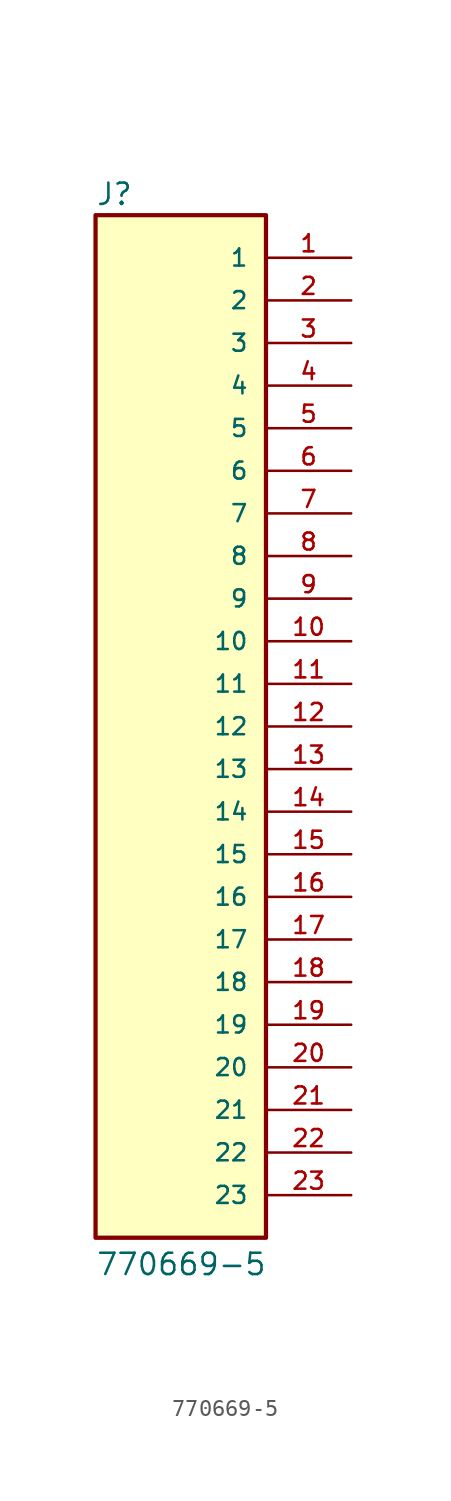
<source format=kicad_sym>
(kicad_symbol_lib
  (version 20211014)
  (generator kicad_symbol_editor)
  (symbol "770669-5"
    (pin_names
      (offset 1.016))
    (property "Reference" "J"
      (at -5.08 30.988 0)
      (effects (font (size 1.27 1.27)) (justify bottom left)))
    (property "Value" "770669-5"
      (at -5.086 -32.806 0)
      (effects (font (size 1.27 1.27)) (justify bottom left)))
    (symbol "770669-5_0_0"
      (rectangle (start -5.08 -30.48) (end 5.08 30.48) (stroke (width 0.254)) (fill (type background)))
      (pin passive line (at 10.16 27.94 180.0) (length 5.08) (name "1" (effects (font (size 1.016 1.016)))) (number "1" (effects (font (size 1.016 1.016)))))
      (pin passive line (at 10.16 25.4 180.0) (length 5.08) (name "2" (effects (font (size 1.016 1.016)))) (number "2" (effects (font (size 1.016 1.016)))))
      (pin passive line (at 10.16 22.86 180.0) (length 5.08) (name "3" (effects (font (size 1.016 1.016)))) (number "3" (effects (font (size 1.016 1.016)))))
      (pin passive line (at 10.16 20.32 180.0) (length 5.08) (name "4" (effects (font (size 1.016 1.016)))) (number "4" (effects (font (size 1.016 1.016)))))
      (pin passive line (at 10.16 17.78 180.0) (length 5.08) (name "5" (effects (font (size 1.016 1.016)))) (number "5" (effects (font (size 1.016 1.016)))))
      (pin passive line (at 10.16 15.24 180.0) (length 5.08) (name "6" (effects (font (size 1.016 1.016)))) (number "6" (effects (font (size 1.016 1.016)))))
      (pin passive line (at 10.16 12.7 180.0) (length 5.08) (name "7" (effects (font (size 1.016 1.016)))) (number "7" (effects (font (size 1.016 1.016)))))
      (pin passive line (at 10.16 10.16 180.0) (length 5.08) (name "8" (effects (font (size 1.016 1.016)))) (number "8" (effects (font (size 1.016 1.016)))))
      (pin passive line (at 10.16 7.62 180.0) (length 5.08) (name "9" (effects (font (size 1.016 1.016)))) (number "9" (effects (font (size 1.016 1.016)))))
      (pin passive line (at 10.16 5.08 180.0) (length 5.08) (name "10" (effects (font (size 1.016 1.016)))) (number "10" (effects (font (size 1.016 1.016)))))
      (pin passive line (at 10.16 2.54 180.0) (length 5.08) (name "11" (effects (font (size 1.016 1.016)))) (number "11" (effects (font (size 1.016 1.016)))))
      (pin passive line (at 10.16 0.0 180.0) (length 5.08) (name "12" (effects (font (size 1.016 1.016)))) (number "12" (effects (font (size 1.016 1.016)))))
      (pin passive line (at 10.16 -2.54 180.0) (length 5.08) (name "13" (effects (font (size 1.016 1.016)))) (number "13" (effects (font (size 1.016 1.016)))))
      (pin passive line (at 10.16 -5.08 180.0) (length 5.08) (name "14" (effects (font (size 1.016 1.016)))) (number "14" (effects (font (size 1.016 1.016)))))
      (pin passive line (at 10.16 -7.62 180.0) (length 5.08) (name "15" (effects (font (size 1.016 1.016)))) (number "15" (effects (font (size 1.016 1.016)))))
      (pin passive line (at 10.16 -10.16 180.0) (length 5.08) (name "16" (effects (font (size 1.016 1.016)))) (number "16" (effects (font (size 1.016 1.016)))))
      (pin passive line (at 10.16 -12.7 180.0) (length 5.08) (name "17" (effects (font (size 1.016 1.016)))) (number "17" (effects (font (size 1.016 1.016)))))
      (pin passive line (at 10.16 -15.24 180.0) (length 5.08) (name "18" (effects (font (size 1.016 1.016)))) (number "18" (effects (font (size 1.016 1.016)))))
      (pin passive line (at 10.16 -17.78 180.0) (length 5.08) (name "19" (effects (font (size 1.016 1.016)))) (number "19" (effects (font (size 1.016 1.016)))))
      (pin passive line (at 10.16 -20.32 180.0) (length 5.08) (name "20" (effects (font (size 1.016 1.016)))) (number "20" (effects (font (size 1.016 1.016)))))
      (pin passive line (at 10.16 -22.86 180.0) (length 5.08) (name "21" (effects (font (size 1.016 1.016)))) (number "21" (effects (font (size 1.016 1.016)))))
      (pin passive line (at 10.16 -25.4 180.0) (length 5.08) (name "22" (effects (font (size 1.016 1.016)))) (number "22" (effects (font (size 1.016 1.016)))))
      (pin passive line (at 10.16 -27.94 180.0) (length 5.08) (name "23" (effects (font (size 1.016 1.016)))) (number "23" (effects (font (size 1.016 1.016))))))))
</source>
